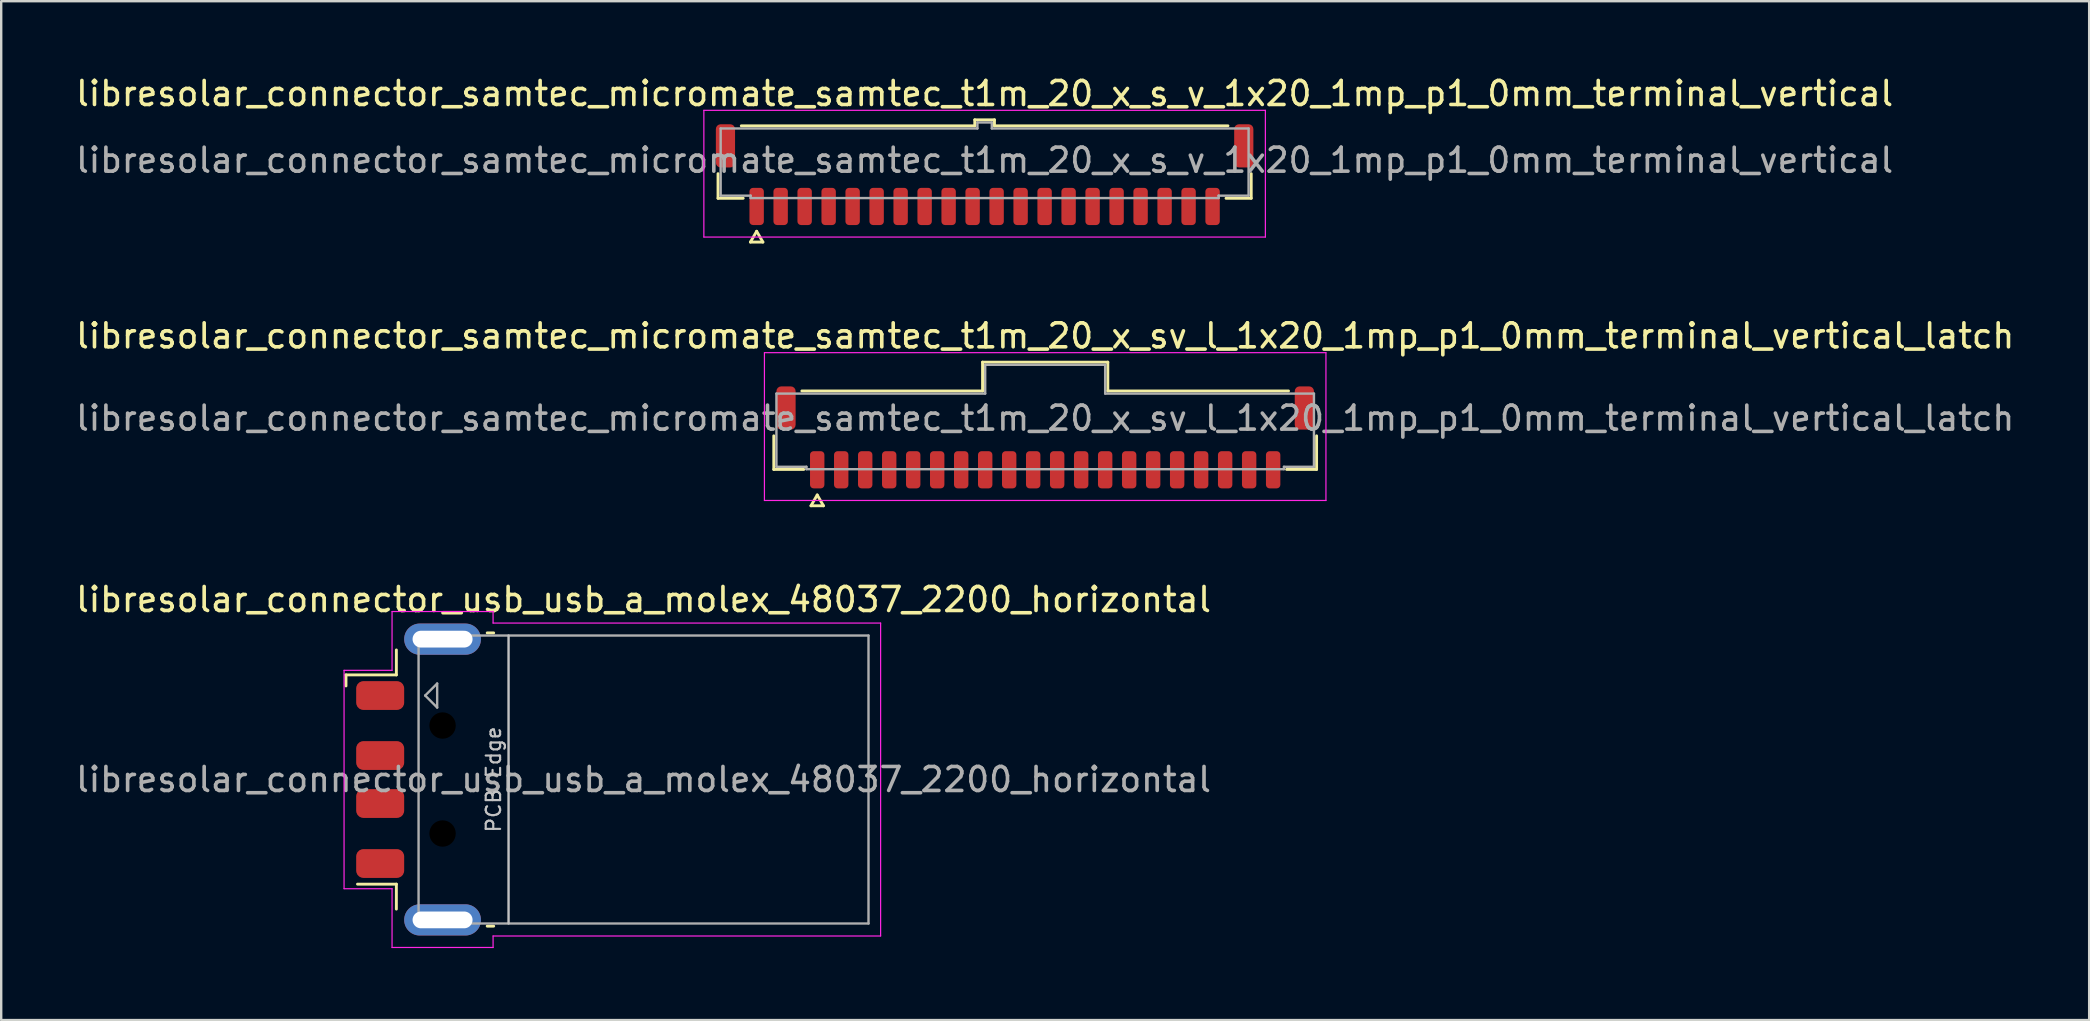
<source format=kicad_pcb>
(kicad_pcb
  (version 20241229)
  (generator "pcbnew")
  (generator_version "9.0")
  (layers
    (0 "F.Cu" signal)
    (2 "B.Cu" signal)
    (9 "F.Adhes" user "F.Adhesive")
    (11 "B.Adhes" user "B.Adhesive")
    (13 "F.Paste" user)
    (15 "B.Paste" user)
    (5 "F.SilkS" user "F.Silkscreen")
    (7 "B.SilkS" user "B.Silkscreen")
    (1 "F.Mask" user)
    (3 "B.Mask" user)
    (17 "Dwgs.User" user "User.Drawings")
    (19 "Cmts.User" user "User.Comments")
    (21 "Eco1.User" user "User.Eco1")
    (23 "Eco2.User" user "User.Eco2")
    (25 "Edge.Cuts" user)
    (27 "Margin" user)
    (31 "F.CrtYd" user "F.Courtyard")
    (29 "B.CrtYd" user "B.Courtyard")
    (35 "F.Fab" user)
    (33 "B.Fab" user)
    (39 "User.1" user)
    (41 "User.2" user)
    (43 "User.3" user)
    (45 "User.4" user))
  (footprint "libresolar_connector_samtec_micromate_samtec_t1m_20_x_s_v_1x20_1mp_p1_0mm_terminal_vertical"
    (layer "F.Cu")
    (at 37.982 3.628)
    (property "Reference" "libresolar_connector_samtec_micromate_samtec_t1m_20_x_s_v_1x20_1mp_p1_0mm_terminal_vertical" (at 0 -2.78 0) (layer "F.SilkS") (effects (font (size 1 1) (thickness 0.15))))
    (attr smd)
    (fp_line (start -11.11 1.585) (end -11.11 0.56) (stroke (width 0.12) (type solid)) (layer "F.SilkS"))
    (fp_line (start -10.14 -1.435) (end -0.41 -1.435) (stroke (width 0.12) (type solid)) (layer "F.SilkS"))
    (fp_line (start -10.06 1.585) (end -11.11 1.585) (stroke (width 0.12) (type solid)) (layer "F.SilkS"))
    (fp_line (start -9.76 3.41) (end -9.5 2.96) (stroke (width 0.12) (type solid)) (layer "F.SilkS"))
    (fp_line (start -9.5 2.96) (end -9.24 3.41) (stroke (width 0.12) (type solid)) (layer "F.SilkS"))
    (fp_line (start -9.24 3.41) (end -9.76 3.41) (stroke (width 0.12) (type solid)) (layer "F.SilkS"))
    (fp_line (start -0.41 -1.685) (end 0.41 -1.685) (stroke (width 0.12) (type solid)) (layer "F.SilkS"))
    (fp_line (start -0.41 -1.435) (end -0.41 -1.685) (stroke (width 0.12) (type solid)) (layer "F.SilkS"))
    (fp_line (start 0.41 -1.685) (end 0.41 -1.435) (stroke (width 0.12) (type solid)) (layer "F.SilkS"))
    (fp_line (start 0.41 -1.435) (end 10.14 -1.435) (stroke (width 0.12) (type solid)) (layer "F.SilkS"))
    (fp_line (start 11.11 0.56) (end 11.11 1.585) (stroke (width 0.12) (type solid)) (layer "F.SilkS"))
    (fp_line (start 11.11 1.585) (end 10.06 1.585) (stroke (width 0.12) (type solid)) (layer "F.SilkS"))
    (fp_line (start -11.7 -2.08) (end -11.7 3.2) (stroke (width 0.05) (type solid)) (layer "F.CrtYd"))
    (fp_line (start -11.7 3.2) (end 11.7 3.2) (stroke (width 0.05) (type solid)) (layer "F.CrtYd"))
    (fp_line (start 11.7 -2.08) (end -11.7 -2.08) (stroke (width 0.05) (type solid)) (layer "F.CrtYd"))
    (fp_line (start 11.7 3.2) (end 11.7 -2.08) (stroke (width 0.05) (type solid)) (layer "F.CrtYd"))
    (fp_line (start -11 -1.325) (end -0.3 -1.325) (stroke (width 0.1) (type solid)) (layer "F.Fab"))
    (fp_line (start -11 1.475) (end -11 -1.325) (stroke (width 0.1) (type solid)) (layer "F.Fab"))
    (fp_line (start -9.75 1.475) (end -11 1.475) (stroke (width 0.1) (type solid)) (layer "F.Fab"))
    (fp_line (start -9.75 1.575) (end -9.75 1.475) (stroke (width 0.1) (type solid)) (layer "F.Fab"))
    (fp_line (start -0.3 -1.575) (end 0.3 -1.575) (stroke (width 0.1) (type solid)) (layer "F.Fab"))
    (fp_line (start -0.3 -1.325) (end -0.3 -1.575) (stroke (width 0.1) (type solid)) (layer "F.Fab"))
    (fp_line (start 0.3 -1.575) (end 0.3 -1.325) (stroke (width 0.1) (type solid)) (layer "F.Fab"))
    (fp_line (start 0.3 -1.325) (end 11 -1.325) (stroke (width 0.1) (type solid)) (layer "F.Fab"))
    (fp_line (start 9.75 1.475) (end 9.75 1.575) (stroke (width 0.1) (type solid)) (layer "F.Fab"))
    (fp_line (start 9.75 1.575) (end -9.75 1.575) (stroke (width 0.1) (type solid)) (layer "F.Fab"))
    (fp_line (start 11 -1.325) (end 11 1.475) (stroke (width 0.1) (type solid)) (layer "F.Fab"))
    (fp_line (start 11 1.475) (end 9.75 1.475) (stroke (width 0.1) (type solid)) (layer "F.Fab"))
    (fp_text user "${REFERENCE}" (at 0 0 0) (layer "F.Fab") (effects (font (size 1 1) (thickness 0.15))))
    (pad "1" smd roundrect (at -9.5 1.925) (size 0.6 1.55) (layers "F.Cu" "F.Mask" "F.Paste") (roundrect_rratio 0.25))
    (pad "2" smd roundrect (at -8.5 1.925) (size 0.6 1.55) (layers "F.Cu" "F.Mask" "F.Paste") (roundrect_rratio 0.25))
    (pad "3" smd roundrect (at -7.5 1.925) (size 0.6 1.55) (layers "F.Cu" "F.Mask" "F.Paste") (roundrect_rratio 0.25))
    (pad "4" smd roundrect (at -6.5 1.925) (size 0.6 1.55) (layers "F.Cu" "F.Mask" "F.Paste") (roundrect_rratio 0.25))
    (pad "5" smd roundrect (at -5.5 1.925) (size 0.6 1.55) (layers "F.Cu" "F.Mask" "F.Paste") (roundrect_rratio 0.25))
    (pad "6" smd roundrect (at -4.5 1.925) (size 0.6 1.55) (layers "F.Cu" "F.Mask" "F.Paste") (roundrect_rratio 0.25))
    (pad "7" smd roundrect (at -3.5 1.925) (size 0.6 1.55) (layers "F.Cu" "F.Mask" "F.Paste") (roundrect_rratio 0.25))
    (pad "8" smd roundrect (at -2.5 1.925) (size 0.6 1.55) (layers "F.Cu" "F.Mask" "F.Paste") (roundrect_rratio 0.25))
    (pad "9" smd roundrect (at -1.5 1.925) (size 0.6 1.55) (layers "F.Cu" "F.Mask" "F.Paste") (roundrect_rratio 0.25))
    (pad "10" smd roundrect (at -0.5 1.925) (size 0.6 1.55) (layers "F.Cu" "F.Mask" "F.Paste") (roundrect_rratio 0.25))
    (pad "11" smd roundrect (at 0.5 1.925) (size 0.6 1.55) (layers "F.Cu" "F.Mask" "F.Paste") (roundrect_rratio 0.25))
    (pad "12" smd roundrect (at 1.5 1.925) (size 0.6 1.55) (layers "F.Cu" "F.Mask" "F.Paste") (roundrect_rratio 0.25))
    (pad "13" smd roundrect (at 2.5 1.925) (size 0.6 1.55) (layers "F.Cu" "F.Mask" "F.Paste") (roundrect_rratio 0.25))
    (pad "14" smd roundrect (at 3.5 1.925) (size 0.6 1.55) (layers "F.Cu" "F.Mask" "F.Paste") (roundrect_rratio 0.25))
    (pad "15" smd roundrect (at 4.5 1.925) (size 0.6 1.55) (layers "F.Cu" "F.Mask" "F.Paste") (roundrect_rratio 0.25))
    (pad "16" smd roundrect (at 5.5 1.925) (size 0.6 1.55) (layers "F.Cu" "F.Mask" "F.Paste") (roundrect_rratio 0.25))
    (pad "17" smd roundrect (at 6.5 1.925) (size 0.6 1.55) (layers "F.Cu" "F.Mask" "F.Paste") (roundrect_rratio 0.25))
    (pad "18" smd roundrect (at 7.5 1.925) (size 0.6 1.55) (layers "F.Cu" "F.Mask" "F.Paste") (roundrect_rratio 0.25))
    (pad "19" smd roundrect (at 8.5 1.925) (size 0.6 1.55) (layers "F.Cu" "F.Mask" "F.Paste") (roundrect_rratio 0.25))
    (pad "20" smd roundrect (at 9.5 1.925) (size 0.6 1.55) (layers "F.Cu" "F.Mask" "F.Paste") (roundrect_rratio 0.25))
    (pad "MP" smd roundrect (at -10.8 -0.6) (size 0.8 1.8) (layers "F.Cu" "F.Mask" "F.Paste") (roundrect_rratio 0.25))
    (pad "MP" smd roundrect (at 10.8 -0.6) (size 0.8 1.8) (layers "F.Cu" "F.Mask" "F.Paste") (roundrect_rratio 0.25)))
  (footprint "libresolar_connector_usb_usb_a_molex_48037_2200_horizontal"
    (layer "F.Cu")
    (at 23.768 29.435)
    (property "Reference" "libresolar_connector_usb_usb_a_molex_48037_2200_horizontal" (at 0 -7.5 0) (layer "F.SilkS") (effects (font (size 1 1) (thickness 0.15))))
    (attr smd)
    (fp_line (start -12.4 -4.36) (end -12.4 -3.9) (stroke (width 0.12) (type default)) (layer "F.SilkS"))
    (fp_line (start -12.4 -4.36) (end -10.3 -4.36) (stroke (width 0.12) (type default)) (layer "F.SilkS"))
    (fp_line (start -11.92 4.36) (end -10.3 4.36) (stroke (width 0.12) (type default)) (layer "F.SilkS"))
    (fp_line (start -10.3 -5.4) (end -10.3 -4.36) (stroke (width 0.12) (type default)) (layer "F.SilkS"))
    (fp_line (start -10.3 4.36) (end -10.3 5.4) (stroke (width 0.12) (type default)) (layer "F.SilkS"))
    (fp_line (start -6.515 -6.11) (end -6.245 -6.11) (stroke (width 0.12) (type solid)) (layer "F.SilkS"))
    (fp_line (start -6.515 6.11) (end -6.245 6.11) (stroke (width 0.12) (type solid)) (layer "F.SilkS"))
    (fp_line (start -5.625 -6) (end -5.625 6) (stroke (width 0.1) (type solid)) (layer "Dwgs.User"))
    (fp_line (start -12.48 -4.55) (end -10.48 -4.55) (stroke (width 0.05) (type solid)) (layer "F.CrtYd"))
    (fp_line (start -12.48 4.55) (end -12.48 -4.55) (stroke (width 0.05) (type solid)) (layer "F.CrtYd"))
    (fp_line (start -12.48 4.55) (end -10.48 4.55) (stroke (width 0.05) (type solid)) (layer "F.CrtYd"))
    (fp_line (start -10.48 -7) (end -10.48 -4.55) (stroke (width 0.05) (type solid)) (layer "F.CrtYd"))
    (fp_line (start -10.48 -7) (end -6.27 -7) (stroke (width 0.05) (type solid)) (layer "F.CrtYd"))
    (fp_line (start -10.48 4.55) (end -10.48 7) (stroke (width 0.05) (type solid)) (layer "F.CrtYd"))
    (fp_line (start -10.48 7) (end -6.27 7) (stroke (width 0.05) (type solid)) (layer "F.CrtYd"))
    (fp_line (start -6.27 -6.52) (end -6.27 -7) (stroke (width 0.05) (type solid)) (layer "F.CrtYd"))
    (fp_line (start -6.27 -6.52) (end 9.88 -6.52) (stroke (width 0.05) (type solid)) (layer "F.CrtYd"))
    (fp_line (start -6.27 6.52) (end 9.88 6.52) (stroke (width 0.05) (type solid)) (layer "F.CrtYd"))
    (fp_line (start -6.27 7) (end -6.27 6.52) (stroke (width 0.05) (type solid)) (layer "F.CrtYd"))
    (fp_line (start 9.88 6.52) (end 9.88 -6.52) (stroke (width 0.05) (type solid)) (layer "F.CrtYd"))
    (fp_line (start -9.375 -6) (end -9.375 6) (stroke (width 0.1) (type solid)) (layer "F.Fab"))
    (fp_line (start -9.375 -6) (end 9.375 -6) (stroke (width 0.1) (type solid)) (layer "F.Fab"))
    (fp_line (start -9.375 6) (end 9.375 6) (stroke (width 0.1) (type solid)) (layer "F.Fab"))
    (fp_line (start -9.1 -3.5) (end -8.6 -4) (stroke (width 0.1) (type solid)) (layer "F.Fab"))
    (fp_line (start -9.1 -3.5) (end -8.6 -3) (stroke (width 0.1) (type solid)) (layer "F.Fab"))
    (fp_line (start -8.6 -4) (end -8.6 -3) (stroke (width 0.1) (type solid)) (layer "F.Fab"))
    (fp_line (start 9.375 -6) (end 9.375 6) (stroke (width 0.1) (type solid)) (layer "F.Fab"))
    (fp_text user "PCB Edge" (at -6.25 0 90) (layer "Dwgs.User") (effects (font (size 0.6 0.6) (thickness 0.09))))
    (fp_text user "${REFERENCE}" (at 0 0 180) (layer "F.Fab") (effects (font (size 1 1) (thickness 0.15))))
    (pad "" np_thru_hole circle (at -8.375 -2.25) (size 1.1 1.1) (drill 1.1) (layers "*.Mask"))
    (pad "" np_thru_hole circle (at -8.375 2.25) (size 1.1 1.1) (drill 1.1) (layers "*.Mask"))
    (pad "1" smd roundrect (at -10.975 -3.5) (size 2 1.2) (layers "F.Cu" "F.Mask" "F.Paste") (roundrect_rratio 0.25))
    (pad "2" smd roundrect (at -10.975 -1) (size 2 1.2) (layers "F.Cu" "F.Mask" "F.Paste") (roundrect_rratio 0.25))
    (pad "3" smd roundrect (at -10.975 1) (size 2 1.2) (layers "F.Cu" "F.Mask" "F.Paste") (roundrect_rratio 0.25))
    (pad "4" smd roundrect (at -10.975 3.5) (size 2 1.2) (layers "F.Cu" "F.Mask" "F.Paste") (roundrect_rratio 0.25))
    (pad "5" thru_hole oval (at -8.375 -5.85) (size 3.2 1.3) (drill oval 2.5 0.7) (layers "*.Cu" "*.Mask"))
    (pad "5" thru_hole oval (at -8.375 5.85) (size 3.2 1.3) (drill oval 2.5 0.7) (layers "*.Cu" "*.Mask")))
  (footprint "libresolar_connector_samtec_micromate_samtec_t1m_20_x_sv_l_1x20_1mp_p1_0mm_terminal_vertical_latch"
    (layer "F.Cu")
    (at 40.506 14.377)
    (property "Reference" "libresolar_connector_samtec_micromate_samtec_t1m_20_x_sv_l_1x20_1mp_p1_0mm_terminal_vertical_latch" (at 0 -3.43 0) (layer "F.SilkS") (effects (font (size 1 1) (thickness 0.15))))
    (attr smd)
    (fp_line (start -11.31 2.135) (end -11.31 0.735) (stroke (width 0.12) (type solid)) (layer "F.SilkS"))
    (fp_line (start -10.14 -1.135) (end -2.61 -1.135) (stroke (width 0.12) (type solid)) (layer "F.SilkS"))
    (fp_line (start -10.06 2.135) (end -11.31 2.135) (stroke (width 0.12) (type solid)) (layer "F.SilkS"))
    (fp_line (start -9.76 3.65) (end -9.5 3.2) (stroke (width 0.12) (type solid)) (layer "F.SilkS"))
    (fp_line (start -9.5 3.2) (end -9.24 3.65) (stroke (width 0.12) (type solid)) (layer "F.SilkS"))
    (fp_line (start -9.24 3.65) (end -9.76 3.65) (stroke (width 0.12) (type solid)) (layer "F.SilkS"))
    (fp_line (start -2.61 -2.335) (end 2.61 -2.335) (stroke (width 0.12) (type solid)) (layer "F.SilkS"))
    (fp_line (start -2.61 -1.135) (end -2.61 -2.335) (stroke (width 0.12) (type solid)) (layer "F.SilkS"))
    (fp_line (start 2.61 -2.335) (end 2.61 -1.135) (stroke (width 0.12) (type solid)) (layer "F.SilkS"))
    (fp_line (start 2.61 -1.135) (end 10.14 -1.135) (stroke (width 0.12) (type solid)) (layer "F.SilkS"))
    (fp_line (start 11.31 0.735) (end 11.31 2.135) (stroke (width 0.12) (type solid)) (layer "F.SilkS"))
    (fp_line (start 11.31 2.135) (end 10.06 2.135) (stroke (width 0.12) (type solid)) (layer "F.SilkS"))
    (fp_line (start -11.7 -2.73) (end -11.7 3.43) (stroke (width 0.05) (type solid)) (layer "F.CrtYd"))
    (fp_line (start -11.7 3.43) (end 11.7 3.43) (stroke (width 0.05) (type solid)) (layer "F.CrtYd"))
    (fp_line (start 11.7 -2.73) (end -11.7 -2.73) (stroke (width 0.05) (type solid)) (layer "F.CrtYd"))
    (fp_line (start 11.7 3.43) (end 11.7 -2.73) (stroke (width 0.05) (type solid)) (layer "F.CrtYd"))
    (fp_line (start -11.2 -1.025) (end -2.5 -1.025) (stroke (width 0.1) (type solid)) (layer "F.Fab"))
    (fp_line (start -11.2 2.025) (end -11.2 -1.025) (stroke (width 0.1) (type solid)) (layer "F.Fab"))
    (fp_line (start -9.95 2.025) (end -11.2 2.025) (stroke (width 0.1) (type solid)) (layer "F.Fab"))
    (fp_line (start -9.95 2.125) (end -9.95 2.025) (stroke (width 0.1) (type solid)) (layer "F.Fab"))
    (fp_line (start -2.5 -2.225) (end 2.5 -2.225) (stroke (width 0.1) (type solid)) (layer "F.Fab"))
    (fp_line (start -2.5 -1.025) (end -2.5 -2.225) (stroke (width 0.1) (type solid)) (layer "F.Fab"))
    (fp_line (start 2.5 -2.225) (end 2.5 -1.025) (stroke (width 0.1) (type solid)) (layer "F.Fab"))
    (fp_line (start 2.5 -1.025) (end 11.2 -1.025) (stroke (width 0.1) (type solid)) (layer "F.Fab"))
    (fp_line (start 9.95 2.025) (end 9.95 2.125) (stroke (width 0.1) (type solid)) (layer "F.Fab"))
    (fp_line (start 9.95 2.125) (end -9.95 2.125) (stroke (width 0.1) (type solid)) (layer "F.Fab"))
    (fp_line (start 11.2 -1.025) (end 11.2 2.025) (stroke (width 0.1) (type solid)) (layer "F.Fab"))
    (fp_line (start 11.2 2.025) (end 9.95 2.025) (stroke (width 0.1) (type solid)) (layer "F.Fab"))
    (fp_text user "${REFERENCE}" (at 0 0 0) (layer "F.Fab") (effects (font (size 1 1) (thickness 0.15))))
    (pad "1" smd roundrect (at -9.5 2.15) (size 0.6 1.55) (layers "F.Cu" "F.Mask" "F.Paste") (roundrect_rratio 0.25))
    (pad "2" smd roundrect (at -8.5 2.15) (size 0.6 1.55) (layers "F.Cu" "F.Mask" "F.Paste") (roundrect_rratio 0.25))
    (pad "3" smd roundrect (at -7.5 2.15) (size 0.6 1.55) (layers "F.Cu" "F.Mask" "F.Paste") (roundrect_rratio 0.25))
    (pad "4" smd roundrect (at -6.5 2.15) (size 0.6 1.55) (layers "F.Cu" "F.Mask" "F.Paste") (roundrect_rratio 0.25))
    (pad "5" smd roundrect (at -5.5 2.15) (size 0.6 1.55) (layers "F.Cu" "F.Mask" "F.Paste") (roundrect_rratio 0.25))
    (pad "6" smd roundrect (at -4.5 2.15) (size 0.6 1.55) (layers "F.Cu" "F.Mask" "F.Paste") (roundrect_rratio 0.25))
    (pad "7" smd roundrect (at -3.5 2.15) (size 0.6 1.55) (layers "F.Cu" "F.Mask" "F.Paste") (roundrect_rratio 0.25))
    (pad "8" smd roundrect (at -2.5 2.15) (size 0.6 1.55) (layers "F.Cu" "F.Mask" "F.Paste") (roundrect_rratio 0.25))
    (pad "9" smd roundrect (at -1.5 2.15) (size 0.6 1.55) (layers "F.Cu" "F.Mask" "F.Paste") (roundrect_rratio 0.25))
    (pad "10" smd roundrect (at -0.5 2.15) (size 0.6 1.55) (layers "F.Cu" "F.Mask" "F.Paste") (roundrect_rratio 0.25))
    (pad "11" smd roundrect (at 0.5 2.15) (size 0.6 1.55) (layers "F.Cu" "F.Mask" "F.Paste") (roundrect_rratio 0.25))
    (pad "12" smd roundrect (at 1.5 2.15) (size 0.6 1.55) (layers "F.Cu" "F.Mask" "F.Paste") (roundrect_rratio 0.25))
    (pad "13" smd roundrect (at 2.5 2.15) (size 0.6 1.55) (layers "F.Cu" "F.Mask" "F.Paste") (roundrect_rratio 0.25))
    (pad "14" smd roundrect (at 3.5 2.15) (size 0.6 1.55) (layers "F.Cu" "F.Mask" "F.Paste") (roundrect_rratio 0.25))
    (pad "15" smd roundrect (at 4.5 2.15) (size 0.6 1.55) (layers "F.Cu" "F.Mask" "F.Paste") (roundrect_rratio 0.25))
    (pad "16" smd roundrect (at 5.5 2.15) (size 0.6 1.55) (layers "F.Cu" "F.Mask" "F.Paste") (roundrect_rratio 0.25))
    (pad "17" smd roundrect (at 6.5 2.15) (size 0.6 1.55) (layers "F.Cu" "F.Mask" "F.Paste") (roundrect_rratio 0.25))
    (pad "18" smd roundrect (at 7.5 2.15) (size 0.6 1.55) (layers "F.Cu" "F.Mask" "F.Paste") (roundrect_rratio 0.25))
    (pad "19" smd roundrect (at 8.5 2.15) (size 0.6 1.55) (layers "F.Cu" "F.Mask" "F.Paste") (roundrect_rratio 0.25))
    (pad "20" smd roundrect (at 9.5 2.15) (size 0.6 1.55) (layers "F.Cu" "F.Mask" "F.Paste") (roundrect_rratio 0.25))
    (pad "MP" smd roundrect (at -10.8 -0.425) (size 0.8 1.8) (layers "F.Cu" "F.Mask" "F.Paste") (roundrect_rratio 0.25))
    (pad "MP" smd roundrect (at 10.8 -0.425) (size 0.8 1.8) (layers "F.Cu" "F.Mask" "F.Paste") (roundrect_rratio 0.25)))
  (gr_rect
    (start -3 -3)
    (end 84.012 39.46)
    (stroke (width 0.1) (type default))
    (fill no)
    (layer "Edge.Cuts")))
</source>
